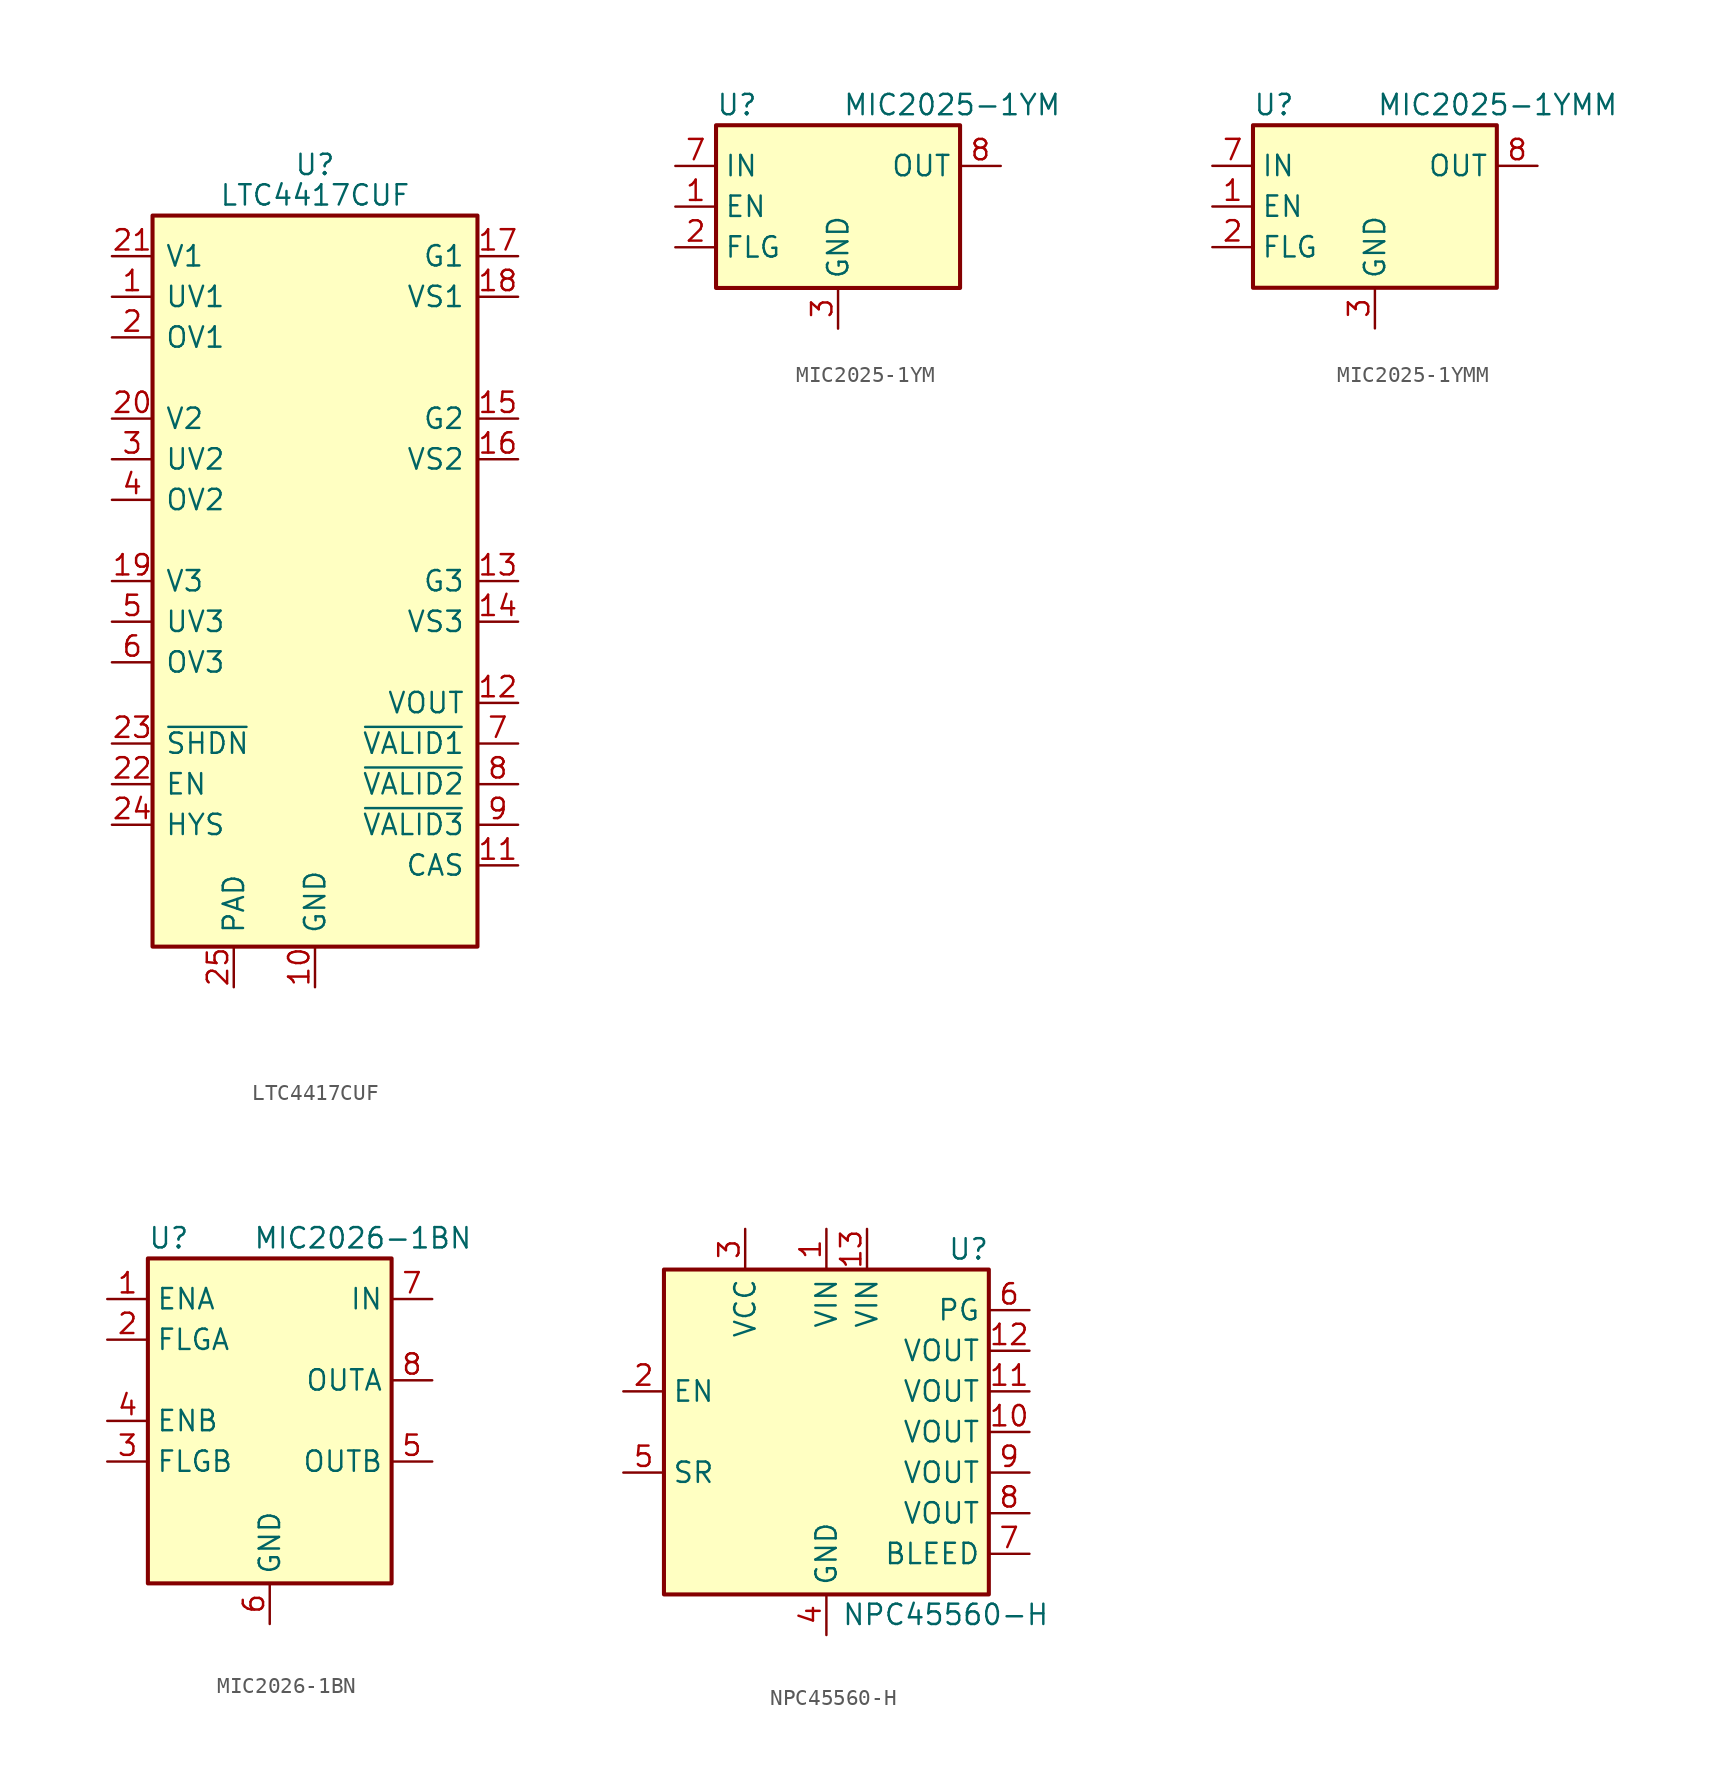
<source format=kicad_sym>
(kicad_symbol_lib
  (version 20211014)
  (generator kicad_symbol_editor)
  (symbol "LTC4417CUF"
    (pin_names
      (offset 0.762))
    (property "Reference" "U"
      (at 0 26.035 0)
      (effects (font (size 1.27 1.27))))
    (property "Value" "LTC4417CUF"
      (at 0 24.13 0)
      (effects (font (size 1.27 1.27))))
    (symbol "LTC4417CUF_0_1"
      (rectangle (start -10.16 22.86) (end 10.16 -22.86) (stroke (width 0.254) (type default) (color 0 0 0 0)) (fill (type background))))
    (symbol "LTC4417CUF_1_1"
      (pin input line (at -12.7 17.78 0) (length 2.54) (name "UV1" (effects (font (size 1.27 1.27)))) (number "1" (effects (font (size 1.27 1.27)))))
      (pin power_in line (at 0 -25.4 90) (length 2.54) (name "GND" (effects (font (size 1.27 1.27)))) (number "10" (effects (font (size 1.27 1.27)))))
      (pin output line (at 12.7 -17.78 180) (length 2.54) (name "CAS" (effects (font (size 1.27 1.27)))) (number "11" (effects (font (size 1.27 1.27)))))
      (pin output line (at 12.7 -7.62 180) (length 2.54) (name "VOUT" (effects (font (size 1.27 1.27)))) (number "12" (effects (font (size 1.27 1.27)))))
      (pin output line (at 12.7 0 180) (length 2.54) (name "G3" (effects (font (size 1.27 1.27)))) (number "13" (effects (font (size 1.27 1.27)))))
      (pin output line (at 12.7 -2.54 180) (length 2.54) (name "VS3" (effects (font (size 1.27 1.27)))) (number "14" (effects (font (size 1.27 1.27)))))
      (pin output line (at 12.7 10.16 180) (length 2.54) (name "G2" (effects (font (size 1.27 1.27)))) (number "15" (effects (font (size 1.27 1.27)))))
      (pin output line (at 12.7 7.62 180) (length 2.54) (name "VS2" (effects (font (size 1.27 1.27)))) (number "16" (effects (font (size 1.27 1.27)))))
      (pin output line (at 12.7 20.32 180) (length 2.54) (name "G1" (effects (font (size 1.27 1.27)))) (number "17" (effects (font (size 1.27 1.27)))))
      (pin output line (at 12.7 17.78 180) (length 2.54) (name "VS1" (effects (font (size 1.27 1.27)))) (number "18" (effects (font (size 1.27 1.27)))))
      (pin input line (at -12.7 0 0) (length 2.54) (name "V3" (effects (font (size 1.27 1.27)))) (number "19" (effects (font (size 1.27 1.27)))))
      (pin input line (at -12.7 15.24 0) (length 2.54) (name "OV1" (effects (font (size 1.27 1.27)))) (number "2" (effects (font (size 1.27 1.27)))))
      (pin input line (at -12.7 10.16 0) (length 2.54) (name "V2" (effects (font (size 1.27 1.27)))) (number "20" (effects (font (size 1.27 1.27)))))
      (pin input line (at -12.7 20.32 0) (length 2.54) (name "V1" (effects (font (size 1.27 1.27)))) (number "21" (effects (font (size 1.27 1.27)))))
      (pin input line (at -12.7 -12.7 0) (length 2.54) (name "EN" (effects (font (size 1.27 1.27)))) (number "22" (effects (font (size 1.27 1.27)))))
      (pin input line (at -12.7 -10.16 0) (length 2.54) (name "~{SHDN}" (effects (font (size 1.27 1.27)))) (number "23" (effects (font (size 1.27 1.27)))))
      (pin input line (at -12.7 -15.24 0) (length 2.54) (name "HYS" (effects (font (size 1.27 1.27)))) (number "24" (effects (font (size 1.27 1.27)))))
      (pin power_in line (at -5.08 -25.4 90) (length 2.54) (name "PAD" (effects (font (size 1.27 1.27)))) (number "25" (effects (font (size 1.27 1.27)))))
      (pin input line (at -12.7 7.62 0) (length 2.54) (name "UV2" (effects (font (size 1.27 1.27)))) (number "3" (effects (font (size 1.27 1.27)))))
      (pin input line (at -12.7 5.08 0) (length 2.54) (name "OV2" (effects (font (size 1.27 1.27)))) (number "4" (effects (font (size 1.27 1.27)))))
      (pin input line (at -12.7 -2.54 0) (length 2.54) (name "UV3" (effects (font (size 1.27 1.27)))) (number "5" (effects (font (size 1.27 1.27)))))
      (pin input line (at -12.7 -5.08 0) (length 2.54) (name "OV3" (effects (font (size 1.27 1.27)))) (number "6" (effects (font (size 1.27 1.27)))))
      (pin open_collector line (at 12.7 -10.16 180) (length 2.54) (name "~{VALID1}" (effects (font (size 1.27 1.27)))) (number "7" (effects (font (size 1.27 1.27)))))
      (pin open_collector line (at 12.7 -12.7 180) (length 2.54) (name "~{VALID2}" (effects (font (size 1.27 1.27)))) (number "8" (effects (font (size 1.27 1.27)))))
      (pin open_collector line (at 12.7 -15.24 180) (length 2.54) (name "~{VALID3}" (effects (font (size 1.27 1.27)))) (number "9" (effects (font (size 1.27 1.27)))))))
  (symbol "MIC2025-1YM"
    (property "Reference" "U"
      (at -7.62 6.35 0)
      (effects (font (size 1.27 1.27)) (justify left)))
    (property "Value" "MIC2025-1YM"
      (at 13.97 6.35 0)
      (effects (font (size 1.27 1.27)) (justify right)))
    (symbol "MIC2025-1YM_0_1"
      (rectangle (start -7.62 5.08) (end 7.62 -5.08) (stroke (width 0.254) (type default) (color 0 0 0 0)) (fill (type background))))
    (symbol "MIC2025-1YM_1_1"
      (pin input line (at -10.16 0 0) (length 2.54) (name "EN" (effects (font (size 1.27 1.27)))) (number "1" (effects (font (size 1.27 1.27)))))
      (pin open_collector line (at -10.16 -2.54 0) (length 2.54) (name "FLG" (effects (font (size 1.27 1.27)))) (number "2" (effects (font (size 1.27 1.27)))))
      (pin power_in line (at 0 -7.62 90) (length 2.54) (name "GND" (effects (font (size 1.27 1.27)))) (number "3" (effects (font (size 1.27 1.27)))))
      (pin no_connect line (at 7.62 0 180) (length 2.54) hide (name "NC" (effects (font (size 1.27 1.27)))) (number "4" (effects (font (size 1.27 1.27)))))
      (pin no_connect line (at 7.62 -2.54 180) (length 2.54) hide (name "NC" (effects (font (size 1.27 1.27)))) (number "5" (effects (font (size 1.27 1.27)))))
      (pin passive line (at 10.16 2.54 180) (length 2.54) hide (name "OUT" (effects (font (size 1.27 1.27)))) (number "6" (effects (font (size 1.27 1.27)))))
      (pin power_in line (at -10.16 2.54 0) (length 2.54) (name "IN" (effects (font (size 1.27 1.27)))) (number "7" (effects (font (size 1.27 1.27)))))
      (pin power_out line (at 10.16 2.54 180) (length 2.54) (name "OUT" (effects (font (size 1.27 1.27)))) (number "8" (effects (font (size 1.27 1.27)))))))
  (symbol "MIC2025-1YMM"
    (property "Reference" "U"
      (at -7.62 6.35 0)
      (effects (font (size 1.27 1.27)) (justify left)))
    (property "Value" "MIC2025-1YMM"
      (at 15.24 6.35 0)
      (effects (font (size 1.27 1.27)) (justify right)))
    (symbol "MIC2025-1YMM_0_1"
      (rectangle (start -7.62 5.08) (end 7.62 -5.08) (stroke (width 0.254) (type default) (color 0 0 0 0)) (fill (type background))))
    (symbol "MIC2025-1YMM_1_1"
      (pin input line (at -10.16 0 0) (length 2.54) (name "EN" (effects (font (size 1.27 1.27)))) (number "1" (effects (font (size 1.27 1.27)))))
      (pin open_collector line (at -10.16 -2.54 0) (length 2.54) (name "FLG" (effects (font (size 1.27 1.27)))) (number "2" (effects (font (size 1.27 1.27)))))
      (pin power_in line (at 0 -7.62 90) (length 2.54) (name "GND" (effects (font (size 1.27 1.27)))) (number "3" (effects (font (size 1.27 1.27)))))
      (pin no_connect line (at 7.62 0 180) (length 2.54) hide (name "NC" (effects (font (size 1.27 1.27)))) (number "4" (effects (font (size 1.27 1.27)))))
      (pin no_connect line (at 7.62 -2.54 180) (length 2.54) hide (name "NC" (effects (font (size 1.27 1.27)))) (number "5" (effects (font (size 1.27 1.27)))))
      (pin passive line (at 10.16 2.54 180) (length 2.54) hide (name "OUT" (effects (font (size 1.27 1.27)))) (number "6" (effects (font (size 1.27 1.27)))))
      (pin power_in line (at -10.16 2.54 0) (length 2.54) (name "IN" (effects (font (size 1.27 1.27)))) (number "7" (effects (font (size 1.27 1.27)))))
      (pin power_out line (at 10.16 2.54 180) (length 2.54) (name "OUT" (effects (font (size 1.27 1.27)))) (number "8" (effects (font (size 1.27 1.27)))))))
  (symbol "MIC2026-1BN"
    (property "Reference" "U"
      (at -7.62 11.43 0)
      (effects (font (size 1.27 1.27)) (justify left)))
    (property "Value" "MIC2026-1BN"
      (at 12.7 11.43 0)
      (effects (font (size 1.27 1.27)) (justify right)))
    (symbol "MIC2026-1BN_0_1"
      (rectangle (start -7.62 -10.16) (end 7.62 10.16) (stroke (width 0.254) (type default) (color 0 0 0 0)) (fill (type background))))
    (symbol "MIC2026-1BN_1_1"
      (pin input line (at -10.16 7.62 0) (length 2.54) (name "ENA" (effects (font (size 1.27 1.27)))) (number "1" (effects (font (size 1.27 1.27)))))
      (pin output line (at -10.16 5.08 0) (length 2.54) (name "FLGA" (effects (font (size 1.27 1.27)))) (number "2" (effects (font (size 1.27 1.27)))))
      (pin output line (at -10.16 -2.54 0) (length 2.54) (name "FLGB" (effects (font (size 1.27 1.27)))) (number "3" (effects (font (size 1.27 1.27)))))
      (pin input line (at -10.16 0 0) (length 2.54) (name "ENB" (effects (font (size 1.27 1.27)))) (number "4" (effects (font (size 1.27 1.27)))))
      (pin power_out line (at 10.16 -2.54 180) (length 2.54) (name "OUTB" (effects (font (size 1.27 1.27)))) (number "5" (effects (font (size 1.27 1.27)))))
      (pin power_in line (at 0 -12.7 90) (length 2.54) (name "GND" (effects (font (size 1.27 1.27)))) (number "6" (effects (font (size 1.27 1.27)))))
      (pin power_in line (at 10.16 7.62 180) (length 2.54) (name "IN" (effects (font (size 1.27 1.27)))) (number "7" (effects (font (size 1.27 1.27)))))
      (pin power_out line (at 10.16 2.54 180) (length 2.54) (name "OUTA" (effects (font (size 1.27 1.27)))) (number "8" (effects (font (size 1.27 1.27)))))))
  (symbol "NPC45560-H"
    (property "Reference" "U"
      (at 8.89 11.43 0)
      (effects (font (size 1.27 1.27))))
    (property "Value" "NPC45560-H"
      (at 13.97 -11.43 0)
      (effects (font (size 1.27 1.27)) (justify right)))
    (symbol "NPC45560-H_0_1"
      (rectangle (start -10.16 10.16) (end 10.16 -10.16) (stroke (width 0.254) (type default) (color 0 0 0 0)) (fill (type background))))
    (symbol "NPC45560-H_1_1"
      (pin power_in line (at 0 12.7 270) (length 2.54) (name "VIN" (effects (font (size 1.27 1.27)))) (number "1" (effects (font (size 1.27 1.27)))))
      (pin passive line (at 12.7 0 180) (length 2.54) (name "VOUT" (effects (font (size 1.27 1.27)))) (number "10" (effects (font (size 1.27 1.27)))))
      (pin passive line (at 12.7 2.54 180) (length 2.54) (name "VOUT" (effects (font (size 1.27 1.27)))) (number "11" (effects (font (size 1.27 1.27)))))
      (pin power_out line (at 12.7 5.08 180) (length 2.54) (name "VOUT" (effects (font (size 1.27 1.27)))) (number "12" (effects (font (size 1.27 1.27)))))
      (pin power_in line (at 2.54 12.7 270) (length 2.54) (name "VIN" (effects (font (size 1.27 1.27)))) (number "13" (effects (font (size 1.27 1.27)))))
      (pin input line (at -12.7 2.54 0) (length 2.54) (name "EN" (effects (font (size 1.27 1.27)))) (number "2" (effects (font (size 1.27 1.27)))))
      (pin power_in line (at -5.08 12.7 270) (length 2.54) (name "VCC" (effects (font (size 1.27 1.27)))) (number "3" (effects (font (size 1.27 1.27)))))
      (pin power_in line (at 0 -12.7 90) (length 2.54) (name "GND" (effects (font (size 1.27 1.27)))) (number "4" (effects (font (size 1.27 1.27)))))
      (pin input line (at -12.7 -2.54 0) (length 2.54) (name "SR" (effects (font (size 1.27 1.27)))) (number "5" (effects (font (size 1.27 1.27)))))
      (pin open_collector line (at 12.7 7.62 180) (length 2.54) (name "PG" (effects (font (size 1.27 1.27)))) (number "6" (effects (font (size 1.27 1.27)))))
      (pin input line (at 12.7 -7.62 180) (length 2.54) (name "BLEED" (effects (font (size 1.27 1.27)))) (number "7" (effects (font (size 1.27 1.27)))))
      (pin passive line (at 12.7 -5.08 180) (length 2.54) (name "VOUT" (effects (font (size 1.27 1.27)))) (number "8" (effects (font (size 1.27 1.27)))))
      (pin passive line (at 12.7 -2.54 180) (length 2.54) (name "VOUT" (effects (font (size 1.27 1.27)))) (number "9" (effects (font (size 1.27 1.27))))))))
</source>
